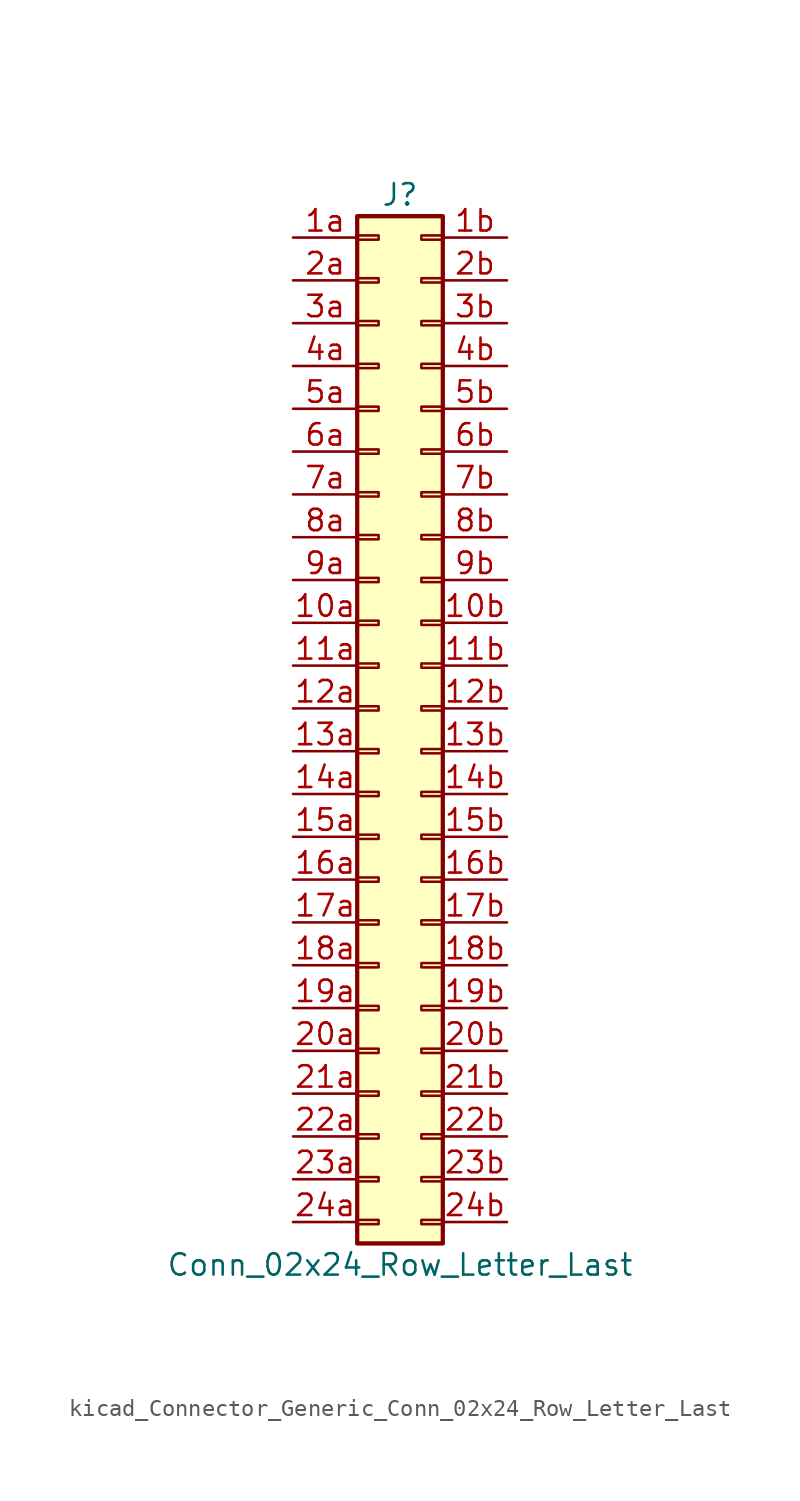
<source format=kicad_sym>
(kicad_symbol_lib
  (version 20220914)
  (generator kicad_symbol_editor)
  (symbol "kicad_Connector_Generic_Conn_02x24_Row_Letter_Last"
    (pin_names
      (offset 1.016) hide)
    (property "Reference" "J"
      (at 1.27 30.48 0)
      (effects (font (size 1.27 1.27))))
    (property "Value" "Conn_02x24_Row_Letter_Last"
      (at 1.27 -33.02 0)
      (effects (font (size 1.27 1.27))))
    (symbol "kicad_Connector_Generic_Conn_02x24_Row_Letter_Last_1_1"
      (rectangle (start -1.27 -30.353) (end 0 -30.607) (stroke (width 0.152) (type default)) (fill (type none)))
      (rectangle (start -1.27 -27.813) (end 0 -28.067) (stroke (width 0.152) (type default)) (fill (type none)))
      (rectangle (start -1.27 -25.273) (end 0 -25.527) (stroke (width 0.152) (type default)) (fill (type none)))
      (rectangle (start -1.27 -22.733) (end 0 -22.987) (stroke (width 0.152) (type default)) (fill (type none)))
      (rectangle (start -1.27 -20.193) (end 0 -20.447) (stroke (width 0.152) (type default)) (fill (type none)))
      (rectangle (start -1.27 -17.653) (end 0 -17.907) (stroke (width 0.152) (type default)) (fill (type none)))
      (rectangle (start -1.27 -15.113) (end 0 -15.367) (stroke (width 0.152) (type default)) (fill (type none)))
      (rectangle (start -1.27 -12.573) (end 0 -12.827) (stroke (width 0.152) (type default)) (fill (type none)))
      (rectangle (start -1.27 -10.033) (end 0 -10.287) (stroke (width 0.152) (type default)) (fill (type none)))
      (rectangle (start -1.27 -7.493) (end 0 -7.747) (stroke (width 0.152) (type default)) (fill (type none)))
      (rectangle (start -1.27 -4.953) (end 0 -5.207) (stroke (width 0.152) (type default)) (fill (type none)))
      (rectangle (start -1.27 -2.413) (end 0 -2.667) (stroke (width 0.152) (type default)) (fill (type none)))
      (rectangle (start -1.27 0.127) (end 0 -0.127) (stroke (width 0.152) (type default)) (fill (type none)))
      (rectangle (start -1.27 2.667) (end 0 2.413) (stroke (width 0.152) (type default)) (fill (type none)))
      (rectangle (start -1.27 5.207) (end 0 4.953) (stroke (width 0.152) (type default)) (fill (type none)))
      (rectangle (start -1.27 7.747) (end 0 7.493) (stroke (width 0.152) (type default)) (fill (type none)))
      (rectangle (start -1.27 10.287) (end 0 10.033) (stroke (width 0.152) (type default)) (fill (type none)))
      (rectangle (start -1.27 12.827) (end 0 12.573) (stroke (width 0.152) (type default)) (fill (type none)))
      (rectangle (start -1.27 15.367) (end 0 15.113) (stroke (width 0.152) (type default)) (fill (type none)))
      (rectangle (start -1.27 17.907) (end 0 17.653) (stroke (width 0.152) (type default)) (fill (type none)))
      (rectangle (start -1.27 20.447) (end 0 20.193) (stroke (width 0.152) (type default)) (fill (type none)))
      (rectangle (start -1.27 22.987) (end 0 22.733) (stroke (width 0.152) (type default)) (fill (type none)))
      (rectangle (start -1.27 25.527) (end 0 25.273) (stroke (width 0.152) (type default)) (fill (type none)))
      (rectangle (start -1.27 28.067) (end 0 27.813) (stroke (width 0.152) (type default)) (fill (type none)))
      (rectangle (start -1.27 29.21) (end 3.81 -31.75) (stroke (width 0.254) (type default)) (fill (type background)))
      (rectangle (start 3.81 -30.353) (end 2.54 -30.607) (stroke (width 0.152) (type default)) (fill (type none)))
      (rectangle (start 3.81 -27.813) (end 2.54 -28.067) (stroke (width 0.152) (type default)) (fill (type none)))
      (rectangle (start 3.81 -25.273) (end 2.54 -25.527) (stroke (width 0.152) (type default)) (fill (type none)))
      (rectangle (start 3.81 -22.733) (end 2.54 -22.987) (stroke (width 0.152) (type default)) (fill (type none)))
      (rectangle (start 3.81 -20.193) (end 2.54 -20.447) (stroke (width 0.152) (type default)) (fill (type none)))
      (rectangle (start 3.81 -17.653) (end 2.54 -17.907) (stroke (width 0.152) (type default)) (fill (type none)))
      (rectangle (start 3.81 -15.113) (end 2.54 -15.367) (stroke (width 0.152) (type default)) (fill (type none)))
      (rectangle (start 3.81 -12.573) (end 2.54 -12.827) (stroke (width 0.152) (type default)) (fill (type none)))
      (rectangle (start 3.81 -10.033) (end 2.54 -10.287) (stroke (width 0.152) (type default)) (fill (type none)))
      (rectangle (start 3.81 -7.493) (end 2.54 -7.747) (stroke (width 0.152) (type default)) (fill (type none)))
      (rectangle (start 3.81 -4.953) (end 2.54 -5.207) (stroke (width 0.152) (type default)) (fill (type none)))
      (rectangle (start 3.81 -2.413) (end 2.54 -2.667) (stroke (width 0.152) (type default)) (fill (type none)))
      (rectangle (start 3.81 0.127) (end 2.54 -0.127) (stroke (width 0.152) (type default)) (fill (type none)))
      (rectangle (start 3.81 2.667) (end 2.54 2.413) (stroke (width 0.152) (type default)) (fill (type none)))
      (rectangle (start 3.81 5.207) (end 2.54 4.953) (stroke (width 0.152) (type default)) (fill (type none)))
      (rectangle (start 3.81 7.747) (end 2.54 7.493) (stroke (width 0.152) (type default)) (fill (type none)))
      (rectangle (start 3.81 10.287) (end 2.54 10.033) (stroke (width 0.152) (type default)) (fill (type none)))
      (rectangle (start 3.81 12.827) (end 2.54 12.573) (stroke (width 0.152) (type default)) (fill (type none)))
      (rectangle (start 3.81 15.367) (end 2.54 15.113) (stroke (width 0.152) (type default)) (fill (type none)))
      (rectangle (start 3.81 17.907) (end 2.54 17.653) (stroke (width 0.152) (type default)) (fill (type none)))
      (rectangle (start 3.81 20.447) (end 2.54 20.193) (stroke (width 0.152) (type default)) (fill (type none)))
      (rectangle (start 3.81 22.987) (end 2.54 22.733) (stroke (width 0.152) (type default)) (fill (type none)))
      (rectangle (start 3.81 25.527) (end 2.54 25.273) (stroke (width 0.152) (type default)) (fill (type none)))
      (rectangle (start 3.81 28.067) (end 2.54 27.813) (stroke (width 0.152) (type default)) (fill (type none)))
      (pin passive line (at -5.08 5.08 0) (length 3.81) (name "Pin_10a" (effects (font (size 1.27 1.27)))) (number "10a" (effects (font (size 1.27 1.27)))))
      (pin passive line (at 7.62 5.08 180) (length 3.81) (name "Pin_10b" (effects (font (size 1.27 1.27)))) (number "10b" (effects (font (size 1.27 1.27)))))
      (pin passive line (at -5.08 2.54 0) (length 3.81) (name "Pin_11a" (effects (font (size 1.27 1.27)))) (number "11a" (effects (font (size 1.27 1.27)))))
      (pin passive line (at 7.62 2.54 180) (length 3.81) (name "Pin_11b" (effects (font (size 1.27 1.27)))) (number "11b" (effects (font (size 1.27 1.27)))))
      (pin passive line (at -5.08 0 0) (length 3.81) (name "Pin_12a" (effects (font (size 1.27 1.27)))) (number "12a" (effects (font (size 1.27 1.27)))))
      (pin passive line (at 7.62 0 180) (length 3.81) (name "Pin_12b" (effects (font (size 1.27 1.27)))) (number "12b" (effects (font (size 1.27 1.27)))))
      (pin passive line (at -5.08 -2.54 0) (length 3.81) (name "Pin_13a" (effects (font (size 1.27 1.27)))) (number "13a" (effects (font (size 1.27 1.27)))))
      (pin passive line (at 7.62 -2.54 180) (length 3.81) (name "Pin_13b" (effects (font (size 1.27 1.27)))) (number "13b" (effects (font (size 1.27 1.27)))))
      (pin passive line (at -5.08 -5.08 0) (length 3.81) (name "Pin_14a" (effects (font (size 1.27 1.27)))) (number "14a" (effects (font (size 1.27 1.27)))))
      (pin passive line (at 7.62 -5.08 180) (length 3.81) (name "Pin_14b" (effects (font (size 1.27 1.27)))) (number "14b" (effects (font (size 1.27 1.27)))))
      (pin passive line (at -5.08 -7.62 0) (length 3.81) (name "Pin_15a" (effects (font (size 1.27 1.27)))) (number "15a" (effects (font (size 1.27 1.27)))))
      (pin passive line (at 7.62 -7.62 180) (length 3.81) (name "Pin_15b" (effects (font (size 1.27 1.27)))) (number "15b" (effects (font (size 1.27 1.27)))))
      (pin passive line (at -5.08 -10.16 0) (length 3.81) (name "Pin_16a" (effects (font (size 1.27 1.27)))) (number "16a" (effects (font (size 1.27 1.27)))))
      (pin passive line (at 7.62 -10.16 180) (length 3.81) (name "Pin_16b" (effects (font (size 1.27 1.27)))) (number "16b" (effects (font (size 1.27 1.27)))))
      (pin passive line (at -5.08 -12.7 0) (length 3.81) (name "Pin_17a" (effects (font (size 1.27 1.27)))) (number "17a" (effects (font (size 1.27 1.27)))))
      (pin passive line (at 7.62 -12.7 180) (length 3.81) (name "Pin_17b" (effects (font (size 1.27 1.27)))) (number "17b" (effects (font (size 1.27 1.27)))))
      (pin passive line (at -5.08 -15.24 0) (length 3.81) (name "Pin_18a" (effects (font (size 1.27 1.27)))) (number "18a" (effects (font (size 1.27 1.27)))))
      (pin passive line (at 7.62 -15.24 180) (length 3.81) (name "Pin_18b" (effects (font (size 1.27 1.27)))) (number "18b" (effects (font (size 1.27 1.27)))))
      (pin passive line (at -5.08 -17.78 0) (length 3.81) (name "Pin_19a" (effects (font (size 1.27 1.27)))) (number "19a" (effects (font (size 1.27 1.27)))))
      (pin passive line (at 7.62 -17.78 180) (length 3.81) (name "Pin_19b" (effects (font (size 1.27 1.27)))) (number "19b" (effects (font (size 1.27 1.27)))))
      (pin passive line (at -5.08 27.94 0) (length 3.81) (name "Pin_1a" (effects (font (size 1.27 1.27)))) (number "1a" (effects (font (size 1.27 1.27)))))
      (pin passive line (at 7.62 27.94 180) (length 3.81) (name "Pin_1b" (effects (font (size 1.27 1.27)))) (number "1b" (effects (font (size 1.27 1.27)))))
      (pin passive line (at -5.08 -20.32 0) (length 3.81) (name "Pin_20a" (effects (font (size 1.27 1.27)))) (number "20a" (effects (font (size 1.27 1.27)))))
      (pin passive line (at 7.62 -20.32 180) (length 3.81) (name "Pin_20b" (effects (font (size 1.27 1.27)))) (number "20b" (effects (font (size 1.27 1.27)))))
      (pin passive line (at -5.08 -22.86 0) (length 3.81) (name "Pin_21a" (effects (font (size 1.27 1.27)))) (number "21a" (effects (font (size 1.27 1.27)))))
      (pin passive line (at 7.62 -22.86 180) (length 3.81) (name "Pin_21b" (effects (font (size 1.27 1.27)))) (number "21b" (effects (font (size 1.27 1.27)))))
      (pin passive line (at -5.08 -25.4 0) (length 3.81) (name "Pin_22a" (effects (font (size 1.27 1.27)))) (number "22a" (effects (font (size 1.27 1.27)))))
      (pin passive line (at 7.62 -25.4 180) (length 3.81) (name "Pin_22b" (effects (font (size 1.27 1.27)))) (number "22b" (effects (font (size 1.27 1.27)))))
      (pin passive line (at -5.08 -27.94 0) (length 3.81) (name "Pin_23a" (effects (font (size 1.27 1.27)))) (number "23a" (effects (font (size 1.27 1.27)))))
      (pin passive line (at 7.62 -27.94 180) (length 3.81) (name "Pin_23b" (effects (font (size 1.27 1.27)))) (number "23b" (effects (font (size 1.27 1.27)))))
      (pin passive line (at -5.08 -30.48 0) (length 3.81) (name "Pin_24a" (effects (font (size 1.27 1.27)))) (number "24a" (effects (font (size 1.27 1.27)))))
      (pin passive line (at 7.62 -30.48 180) (length 3.81) (name "Pin_24b" (effects (font (size 1.27 1.27)))) (number "24b" (effects (font (size 1.27 1.27)))))
      (pin passive line (at -5.08 25.4 0) (length 3.81) (name "Pin_2a" (effects (font (size 1.27 1.27)))) (number "2a" (effects (font (size 1.27 1.27)))))
      (pin passive line (at 7.62 25.4 180) (length 3.81) (name "Pin_2b" (effects (font (size 1.27 1.27)))) (number "2b" (effects (font (size 1.27 1.27)))))
      (pin passive line (at -5.08 22.86 0) (length 3.81) (name "Pin_3a" (effects (font (size 1.27 1.27)))) (number "3a" (effects (font (size 1.27 1.27)))))
      (pin passive line (at 7.62 22.86 180) (length 3.81) (name "Pin_3b" (effects (font (size 1.27 1.27)))) (number "3b" (effects (font (size 1.27 1.27)))))
      (pin passive line (at -5.08 20.32 0) (length 3.81) (name "Pin_4a" (effects (font (size 1.27 1.27)))) (number "4a" (effects (font (size 1.27 1.27)))))
      (pin passive line (at 7.62 20.32 180) (length 3.81) (name "Pin_4b" (effects (font (size 1.27 1.27)))) (number "4b" (effects (font (size 1.27 1.27)))))
      (pin passive line (at -5.08 17.78 0) (length 3.81) (name "Pin_5a" (effects (font (size 1.27 1.27)))) (number "5a" (effects (font (size 1.27 1.27)))))
      (pin passive line (at 7.62 17.78 180) (length 3.81) (name "Pin_5b" (effects (font (size 1.27 1.27)))) (number "5b" (effects (font (size 1.27 1.27)))))
      (pin passive line (at -5.08 15.24 0) (length 3.81) (name "Pin_6a" (effects (font (size 1.27 1.27)))) (number "6a" (effects (font (size 1.27 1.27)))))
      (pin passive line (at 7.62 15.24 180) (length 3.81) (name "Pin_6b" (effects (font (size 1.27 1.27)))) (number "6b" (effects (font (size 1.27 1.27)))))
      (pin passive line (at -5.08 12.7 0) (length 3.81) (name "Pin_7a" (effects (font (size 1.27 1.27)))) (number "7a" (effects (font (size 1.27 1.27)))))
      (pin passive line (at 7.62 12.7 180) (length 3.81) (name "Pin_7b" (effects (font (size 1.27 1.27)))) (number "7b" (effects (font (size 1.27 1.27)))))
      (pin passive line (at -5.08 10.16 0) (length 3.81) (name "Pin_8a" (effects (font (size 1.27 1.27)))) (number "8a" (effects (font (size 1.27 1.27)))))
      (pin passive line (at 7.62 10.16 180) (length 3.81) (name "Pin_8b" (effects (font (size 1.27 1.27)))) (number "8b" (effects (font (size 1.27 1.27)))))
      (pin passive line (at -5.08 7.62 0) (length 3.81) (name "Pin_9a" (effects (font (size 1.27 1.27)))) (number "9a" (effects (font (size 1.27 1.27)))))
      (pin passive line (at 7.62 7.62 180) (length 3.81) (name "Pin_9b" (effects (font (size 1.27 1.27)))) (number "9b" (effects (font (size 1.27 1.27))))))))
</source>
